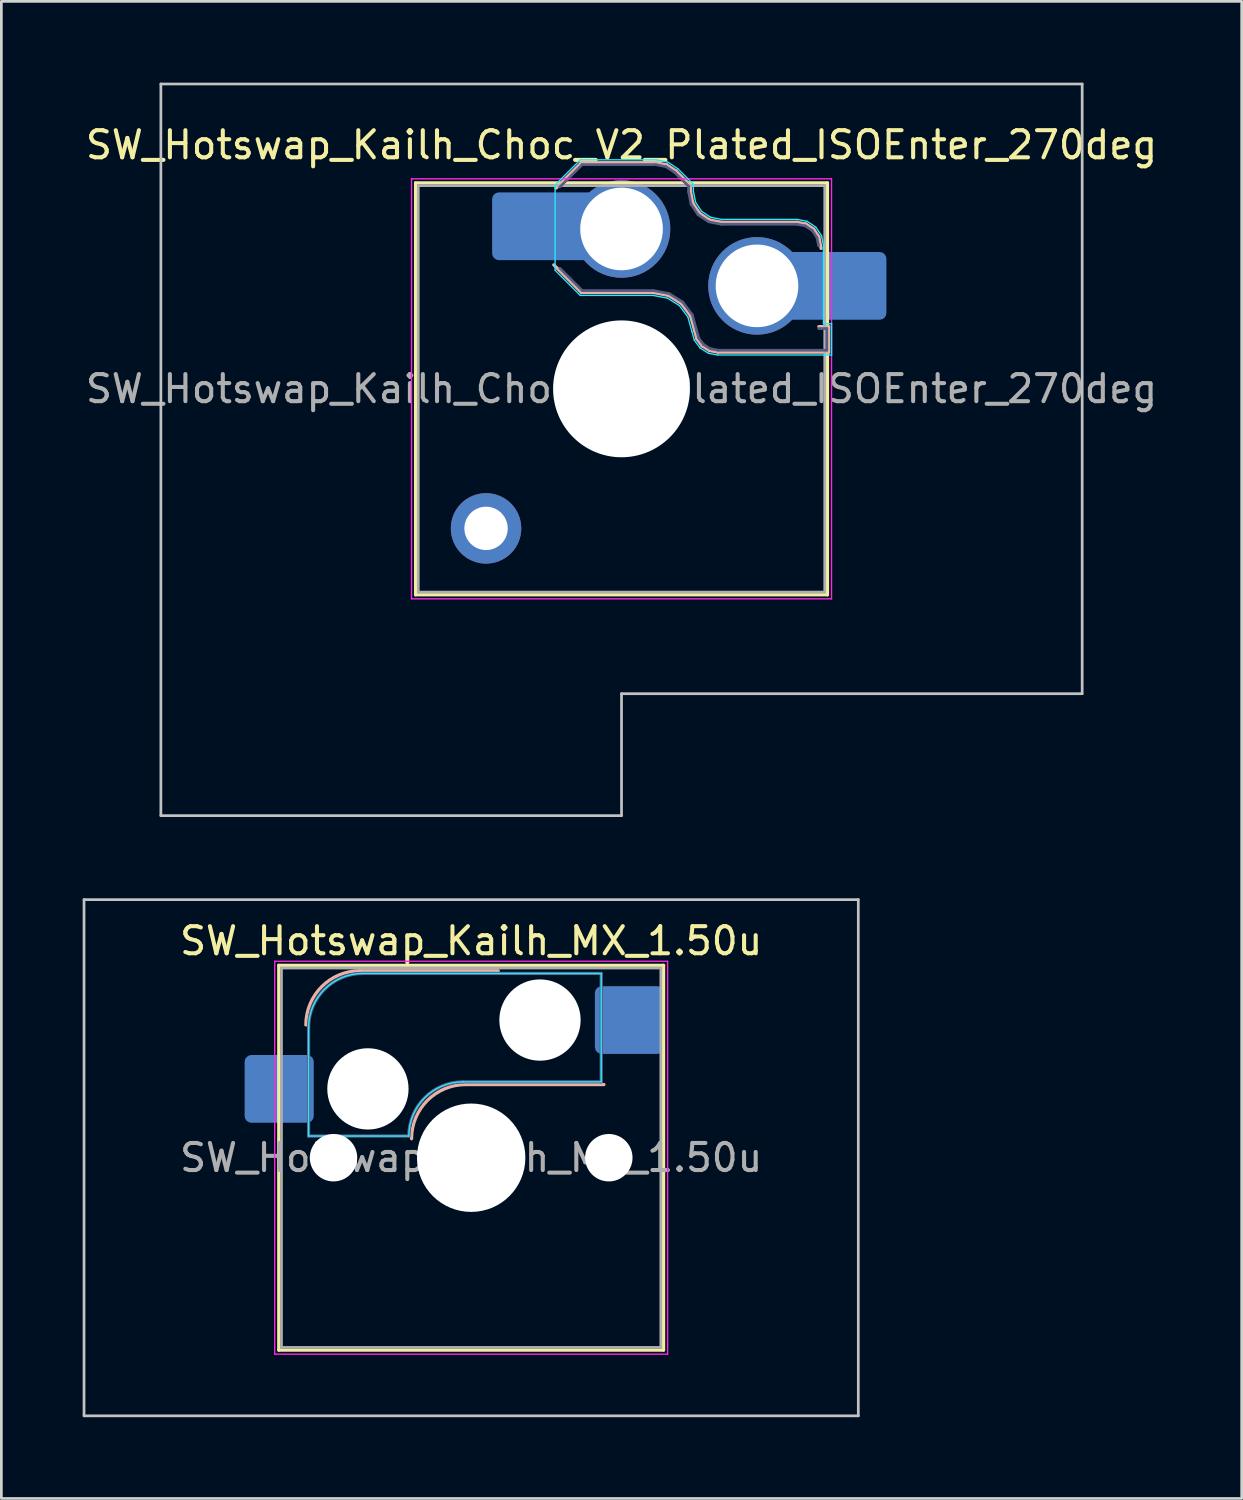
<source format=kicad_pcb>
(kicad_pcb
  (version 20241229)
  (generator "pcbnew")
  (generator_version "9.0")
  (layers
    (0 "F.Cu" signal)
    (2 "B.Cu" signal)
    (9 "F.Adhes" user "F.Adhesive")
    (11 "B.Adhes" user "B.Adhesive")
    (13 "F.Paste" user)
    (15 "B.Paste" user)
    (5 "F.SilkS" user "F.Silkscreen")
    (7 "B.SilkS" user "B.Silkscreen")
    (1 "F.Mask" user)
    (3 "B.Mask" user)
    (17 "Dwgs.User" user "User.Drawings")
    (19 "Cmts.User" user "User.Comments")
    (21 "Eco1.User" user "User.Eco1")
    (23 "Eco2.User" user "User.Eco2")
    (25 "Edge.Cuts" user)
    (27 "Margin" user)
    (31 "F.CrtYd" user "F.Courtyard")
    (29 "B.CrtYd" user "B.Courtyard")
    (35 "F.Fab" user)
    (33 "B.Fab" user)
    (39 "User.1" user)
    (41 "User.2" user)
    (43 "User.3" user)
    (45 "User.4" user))
  (footprint "SW_Hotswap_Kailh_Choc_V2_Plated_ISOEnter_270deg"
    (layer "F.Cu")
    (at 19.887 11.3)
    (property "Reference" "SW_Hotswap_Kailh_Choc_V2_Plated_ISOEnter_270deg" (at 0 -9 0) (layer "F.SilkS") (effects (font (size 1 1) (thickness 0.15))))
    (attr smd)
    (fp_line (start -7.6 -7.6) (end -7.6 7.6) (stroke (width 0.12) (type solid)) (layer "F.SilkS"))
    (fp_line (start -7.6 7.6) (end 7.6 7.6) (stroke (width 0.12) (type solid)) (layer "F.SilkS"))
    (fp_line (start 7.6 -7.6) (end -7.6 -7.6) (stroke (width 0.12) (type solid)) (layer "F.SilkS"))
    (fp_line (start 7.6 7.6) (end 7.6 -7.6) (stroke (width 0.12) (type solid)) (layer "F.SilkS"))
    (fp_line (start -2.416 -7.409) (end -1.479 -8.346) (stroke (width 0.12) (type solid)) (layer "B.SilkS"))
    (fp_line (start -1.479 -8.346) (end 1.268 -8.346) (stroke (width 0.12) (type solid)) (layer "B.SilkS"))
    (fp_line (start -1.479 -3.554) (end -2.5 -4.575) (stroke (width 0.12) (type solid)) (layer "B.SilkS"))
    (fp_line (start 1.168 -3.554) (end -1.479 -3.554) (stroke (width 0.12) (type solid)) (layer "B.SilkS"))
    (fp_line (start 1.268 -8.346) (end 1.671 -8.266) (stroke (width 0.12) (type solid)) (layer "B.SilkS"))
    (fp_line (start 1.671 -8.266) (end 2.013 -8.037) (stroke (width 0.12) (type solid)) (layer "B.SilkS"))
    (fp_line (start 1.73 -3.449) (end 1.168 -3.554) (stroke (width 0.12) (type solid)) (layer "B.SilkS"))
    (fp_line (start 2.013 -8.037) (end 2.546 -7.504) (stroke (width 0.12) (type solid)) (layer "B.SilkS"))
    (fp_line (start 2.209 -3.15) (end 1.73 -3.449) (stroke (width 0.12) (type solid)) (layer "B.SilkS"))
    (fp_line (start 2.546 -7.504) (end 2.546 -7.282) (stroke (width 0.12) (type solid)) (layer "B.SilkS"))
    (fp_line (start 2.546 -7.282) (end 2.633 -6.844) (stroke (width 0.12) (type solid)) (layer "B.SilkS"))
    (fp_line (start 2.547 -2.697) (end 2.209 -3.15) (stroke (width 0.12) (type solid)) (layer "B.SilkS"))
    (fp_line (start 2.633 -6.844) (end 2.877 -6.477) (stroke (width 0.12) (type solid)) (layer "B.SilkS"))
    (fp_line (start 2.701 -2.139) (end 2.547 -2.697) (stroke (width 0.12) (type solid)) (layer "B.SilkS"))
    (fp_line (start 2.783 -1.841) (end 2.701 -2.139) (stroke (width 0.12) (type solid)) (layer "B.SilkS"))
    (fp_line (start 2.877 -6.477) (end 3.244 -6.233) (stroke (width 0.12) (type solid)) (layer "B.SilkS"))
    (fp_line (start 2.976 -1.583) (end 2.783 -1.841) (stroke (width 0.12) (type solid)) (layer "B.SilkS"))
    (fp_line (start 3.244 -6.233) (end 3.682 -6.146) (stroke (width 0.12) (type solid)) (layer "B.SilkS"))
    (fp_line (start 3.25 -1.413) (end 2.976 -1.583) (stroke (width 0.12) (type solid)) (layer "B.SilkS"))
    (fp_line (start 3.56 -1.354) (end 3.25 -1.413) (stroke (width 0.12) (type solid)) (layer "B.SilkS"))
    (fp_line (start 3.682 -6.146) (end 6.482 -6.146) (stroke (width 0.12) (type solid)) (layer "B.SilkS"))
    (fp_line (start 6.482 -6.146) (end 6.809 -6.081) (stroke (width 0.12) (type solid)) (layer "B.SilkS"))
    (fp_line (start 6.809 -6.081) (end 7.092 -5.892) (stroke (width 0.12) (type solid)) (layer "B.SilkS"))
    (fp_line (start 7.092 -5.892) (end 7.281 -5.609) (stroke (width 0.12) (type solid)) (layer "B.SilkS"))
    (fp_line (start 7.281 -5.609) (end 7.366 -5.182) (stroke (width 0.12) (type solid)) (layer "B.SilkS"))
    (fp_line (start 7.283 -2.296) (end 7.646 -2.296) (stroke (width 0.12) (type solid)) (layer "B.SilkS"))
    (fp_line (start 7.646 -2.296) (end 7.646 -1.354) (stroke (width 0.12) (type solid)) (layer "B.SilkS"))
    (fp_line (start 7.646 -1.354) (end 3.56 -1.354) (stroke (width 0.12) (type solid)) (layer "B.SilkS"))
    (fp_line (start -17 -11.25) (end -17 15.75) (stroke (width 0.1) (type solid)) (layer "Dwgs.User"))
    (fp_line (start -17 15.75) (end 0 15.75) (stroke (width 0.1) (type solid)) (layer "Dwgs.User"))
    (fp_line (start 0 11.25) (end 17 11.25) (stroke (width 0.1) (type solid)) (layer "Dwgs.User"))
    (fp_line (start 0 15.75) (end 0 11.25) (stroke (width 0.1) (type solid)) (layer "Dwgs.User"))
    (fp_line (start 17 -11.25) (end -17 -11.25) (stroke (width 0.1) (type solid)) (layer "Dwgs.User"))
    (fp_line (start 17 11.25) (end 17 -11.25) (stroke (width 0.1) (type solid)) (layer "Dwgs.User"))
    (fp_line (start -7.25 -7.25) (end -7.25 7.25) (stroke (width 0.1) (type solid)) (layer "Eco1.User"))
    (fp_line (start -7.25 7.25) (end 7.25 7.25) (stroke (width 0.1) (type solid)) (layer "Eco1.User"))
    (fp_line (start 7.25 -7.25) (end -7.25 -7.25) (stroke (width 0.1) (type solid)) (layer "Eco1.User"))
    (fp_line (start 7.25 7.25) (end 7.25 -7.25) (stroke (width 0.1) (type solid)) (layer "Eco1.User"))
    (fp_line (start -2.452 -7.523) (end -1.523 -8.452) (stroke (width 0.05) (type solid)) (layer "B.CrtYd"))
    (fp_line (start -2.452 -4.377) (end -2.452 -7.523) (stroke (width 0.05) (type solid)) (layer "B.CrtYd"))
    (fp_line (start -1.523 -8.452) (end 1.278 -8.452) (stroke (width 0.05) (type solid)) (layer "B.CrtYd"))
    (fp_line (start -1.523 -3.448) (end -2.452 -4.377) (stroke (width 0.05) (type solid)) (layer "B.CrtYd"))
    (fp_line (start 1.159 -3.448) (end -1.523 -3.448) (stroke (width 0.05) (type solid)) (layer "B.CrtYd"))
    (fp_line (start 1.278 -8.452) (end 1.712 -8.366) (stroke (width 0.05) (type solid)) (layer "B.CrtYd"))
    (fp_line (start 1.691 -3.348) (end 1.159 -3.448) (stroke (width 0.05) (type solid)) (layer "B.CrtYd"))
    (fp_line (start 1.712 -8.366) (end 2.081 -8.119) (stroke (width 0.05) (type solid)) (layer "B.CrtYd"))
    (fp_line (start 2.081 -8.119) (end 2.652 -7.548) (stroke (width 0.05) (type solid)) (layer "B.CrtYd"))
    (fp_line (start 2.136 -3.071) (end 1.691 -3.348) (stroke (width 0.05) (type solid)) (layer "B.CrtYd"))
    (fp_line (start 2.45 -2.65) (end 2.136 -3.071) (stroke (width 0.05) (type solid)) (layer "B.CrtYd"))
    (fp_line (start 2.599 -2.111) (end 2.45 -2.65) (stroke (width 0.05) (type solid)) (layer "B.CrtYd"))
    (fp_line (start 2.652 -7.548) (end 2.652 -7.292) (stroke (width 0.05) (type solid)) (layer "B.CrtYd"))
    (fp_line (start 2.652 -7.292) (end 2.733 -6.885) (stroke (width 0.05) (type solid)) (layer "B.CrtYd"))
    (fp_line (start 2.687 -1.794) (end 2.599 -2.111) (stroke (width 0.05) (type solid)) (layer "B.CrtYd"))
    (fp_line (start 2.733 -6.885) (end 2.953 -6.553) (stroke (width 0.05) (type solid)) (layer "B.CrtYd"))
    (fp_line (start 2.903 -1.503) (end 2.687 -1.794) (stroke (width 0.05) (type solid)) (layer "B.CrtYd"))
    (fp_line (start 2.953 -6.553) (end 3.285 -6.333) (stroke (width 0.05) (type solid)) (layer "B.CrtYd"))
    (fp_line (start 3.211 -1.312) (end 2.903 -1.503) (stroke (width 0.05) (type solid)) (layer "B.CrtYd"))
    (fp_line (start 3.285 -6.333) (end 3.692 -6.252) (stroke (width 0.05) (type solid)) (layer "B.CrtYd"))
    (fp_line (start 3.55 -1.248) (end 3.211 -1.312) (stroke (width 0.05) (type solid)) (layer "B.CrtYd"))
    (fp_line (start 3.692 -6.252) (end 6.492 -6.252) (stroke (width 0.05) (type solid)) (layer "B.CrtYd"))
    (fp_line (start 6.492 -6.252) (end 6.85 -6.181) (stroke (width 0.05) (type solid)) (layer "B.CrtYd"))
    (fp_line (start 6.85 -6.181) (end 7.168 -5.968) (stroke (width 0.05) (type solid)) (layer "B.CrtYd"))
    (fp_line (start 7.168 -5.968) (end 7.381 -5.65) (stroke (width 0.05) (type solid)) (layer "B.CrtYd"))
    (fp_line (start 7.381 -5.65) (end 7.452 -5.292) (stroke (width 0.05) (type solid)) (layer "B.CrtYd"))
    (fp_line (start 7.452 -5.292) (end 7.452 -2.402) (stroke (width 0.05) (type solid)) (layer "B.CrtYd"))
    (fp_line (start 7.452 -2.402) (end 7.752 -2.402) (stroke (width 0.05) (type solid)) (layer "B.CrtYd"))
    (fp_line (start 7.752 -2.402) (end 7.752 -1.248) (stroke (width 0.05) (type solid)) (layer "B.CrtYd"))
    (fp_line (start 7.752 -1.248) (end 3.55 -1.248) (stroke (width 0.05) (type solid)) (layer "B.CrtYd"))
    (fp_line (start -7.75 -7.75) (end -7.75 7.75) (stroke (width 0.05) (type solid)) (layer "F.CrtYd"))
    (fp_line (start -7.75 7.75) (end 7.75 7.75) (stroke (width 0.05) (type solid)) (layer "F.CrtYd"))
    (fp_line (start 7.75 -7.75) (end -7.75 -7.75) (stroke (width 0.05) (type solid)) (layer "F.CrtYd"))
    (fp_line (start 7.75 7.75) (end 7.75 -7.75) (stroke (width 0.05) (type solid)) (layer "F.CrtYd"))
    (fp_line (start -2.275 -7.45) (end -1.45 -8.275) (stroke (width 0.1) (type solid)) (layer "B.Fab"))
    (fp_line (start -1.45 -8.275) (end 1.261 -8.275) (stroke (width 0.1) (type solid)) (layer "B.Fab"))
    (fp_line (start -1.45 -3.625) (end -2.275 -4.45) (stroke (width 0.1) (type solid)) (layer "B.Fab"))
    (fp_line (start 1.175 -3.625) (end -1.45 -3.625) (stroke (width 0.1) (type solid)) (layer "B.Fab"))
    (fp_line (start 1.261 -8.275) (end 1.643 -8.199) (stroke (width 0.1) (type solid)) (layer "B.Fab"))
    (fp_line (start 1.643 -8.199) (end 1.968 -7.982) (stroke (width 0.1) (type solid)) (layer "B.Fab"))
    (fp_line (start 1.756 -3.516) (end 1.175 -3.625) (stroke (width 0.1) (type solid)) (layer "B.Fab"))
    (fp_line (start 1.968 -7.982) (end 2.475 -7.475) (stroke (width 0.1) (type solid)) (layer "B.Fab"))
    (fp_line (start 2.258 -3.203) (end 1.756 -3.516) (stroke (width 0.1) (type solid)) (layer "B.Fab"))
    (fp_line (start 2.475 -7.475) (end 2.475 -7.275) (stroke (width 0.1) (type solid)) (layer "B.Fab"))
    (fp_line (start 2.475 -7.275) (end 2.566 -6.816) (stroke (width 0.1) (type solid)) (layer "B.Fab"))
    (fp_line (start 2.566 -6.816) (end 2.826 -6.426) (stroke (width 0.1) (type solid)) (layer "B.Fab"))
    (fp_line (start 2.612 -2.729) (end 2.258 -3.203) (stroke (width 0.1) (type solid)) (layer "B.Fab"))
    (fp_line (start 2.769 -2.158) (end 2.612 -2.729) (stroke (width 0.1) (type solid)) (layer "B.Fab"))
    (fp_line (start 2.826 -6.426) (end 3.216 -6.166) (stroke (width 0.1) (type solid)) (layer "B.Fab"))
    (fp_line (start 2.848 -1.873) (end 2.769 -2.158) (stroke (width 0.1) (type solid)) (layer "B.Fab"))
    (fp_line (start 3.025 -1.636) (end 2.848 -1.873) (stroke (width 0.1) (type solid)) (layer "B.Fab"))
    (fp_line (start 3.216 -6.166) (end 3.675 -6.075) (stroke (width 0.1) (type solid)) (layer "B.Fab"))
    (fp_line (start 3.276 -1.48) (end 3.025 -1.636) (stroke (width 0.1) (type solid)) (layer "B.Fab"))
    (fp_line (start 3.567 -1.425) (end 3.276 -1.48) (stroke (width 0.1) (type solid)) (layer "B.Fab"))
    (fp_line (start 3.675 -6.075) (end 6.475 -6.075) (stroke (width 0.1) (type solid)) (layer "B.Fab"))
    (fp_line (start 6.475 -6.075) (end 6.781 -6.014) (stroke (width 0.1) (type solid)) (layer "B.Fab"))
    (fp_line (start 6.781 -6.014) (end 7.041 -5.841) (stroke (width 0.1) (type solid)) (layer "B.Fab"))
    (fp_line (start 7.041 -5.841) (end 7.214 -5.581) (stroke (width 0.1) (type solid)) (layer "B.Fab"))
    (fp_line (start 7.214 -5.581) (end 7.275 -5.275) (stroke (width 0.1) (type solid)) (layer "B.Fab"))
    (fp_line (start 7.275 -2.225) (end 7.575 -2.225) (stroke (width 0.1) (type solid)) (layer "B.Fab"))
    (fp_line (start 7.575 -2.225) (end 7.575 -1.425) (stroke (width 0.1) (type solid)) (layer "B.Fab"))
    (fp_line (start 7.575 -1.425) (end 3.567 -1.425) (stroke (width 0.1) (type solid)) (layer "B.Fab"))
    (fp_line (start -7.5 -7.5) (end -7.5 7.5) (stroke (width 0.1) (type solid)) (layer "F.Fab"))
    (fp_line (start -7.5 7.5) (end 7.5 7.5) (stroke (width 0.1) (type solid)) (layer "F.Fab"))
    (fp_line (start 7.5 -7.5) (end -7.5 -7.5) (stroke (width 0.1) (type solid)) (layer "F.Fab"))
    (fp_line (start 7.5 7.5) (end 7.5 -7.5) (stroke (width 0.1) (type solid)) (layer "F.Fab"))
    (fp_text user "${REFERENCE}" (at 0 0 0) (layer "F.Fab") (effects (font (size 1 1) (thickness 0.15))))
    (pad "" thru_hole circle (at -5 5.15) (size 2.6 2.6) (drill 1.6) (layers "*.Cu" "*.Mask"))
    (pad "" smd roundrect (at -3.5 -6) (size 2.55 2.5) (layers "B.Mask" "B.Paste") (roundrect_rratio 0.1))
    (pad "" np_thru_hole circle (at 0 0) (size 5.05 5.05) (drill 5.05) (layers "*.Cu" "*.Mask"))
    (pad "" smd roundrect (at 8.5 -3.8) (size 2.55 2.5) (layers "B.Mask" "B.Paste") (roundrect_rratio 0.1))
    (pad "1" smd roundrect (at -2.85 -6) (size 3.85 2.5) (layers "B.Cu") (roundrect_rratio 0.1))
    (pad "1" thru_hole circle (at 0 -5.9) (size 3.6 3.6) (drill 3.05) (layers "*.Cu" "*.Mask"))
    (pad "2" thru_hole circle (at 5 -3.8) (size 3.6 3.6) (drill 3.05) (layers "*.Cu" "*.Mask"))
    (pad "2" smd roundrect (at 7.85 -3.8) (size 3.85 2.5) (layers "B.Cu") (roundrect_rratio 0.1)))
  (footprint "SW_Hotswap_Kailh_MX_1.50u"
    (layer "F.Cu")
    (at 14.338 39.675)
    (property "Reference" "SW_Hotswap_Kailh_MX_1.50u" (at 0 -8 0) (layer "F.SilkS") (effects (font (size 1 1) (thickness 0.15))))
    (attr smd)
    (fp_line (start -7.1 -7.1) (end -7.1 7.1) (stroke (width 0.12) (type solid)) (layer "F.SilkS"))
    (fp_line (start -7.1 7.1) (end 7.1 7.1) (stroke (width 0.12) (type solid)) (layer "F.SilkS"))
    (fp_line (start 7.1 -7.1) (end -7.1 -7.1) (stroke (width 0.12) (type solid)) (layer "F.SilkS"))
    (fp_line (start 7.1 7.1) (end 7.1 -7.1) (stroke (width 0.12) (type solid)) (layer "F.SilkS"))
    (fp_line (start -4.1 -6.9) (end 1 -6.9) (stroke (width 0.12) (type solid)) (layer "B.SilkS"))
    (fp_line (start -0.2 -2.7) (end 4.9 -2.7) (stroke (width 0.12) (type solid)) (layer "B.SilkS"))
    (fp_arc (start -6.1 -4.9) (mid -5.514214 -6.314214) (end -4.1 -6.9) (stroke (width 0.12) (type solid)) (layer "B.SilkS"))
    (fp_arc (start -2.2 -0.7) (mid -1.614214 -2.114214) (end -0.2 -2.7) (stroke (width 0.12) (type solid)) (layer "B.SilkS"))
    (fp_line (start -14.287 -9.525) (end -14.287 9.525) (stroke (width 0.1) (type solid)) (layer "Dwgs.User"))
    (fp_line (start -14.287 9.525) (end 14.287 9.525) (stroke (width 0.1) (type solid)) (layer "Dwgs.User"))
    (fp_line (start 14.287 -9.525) (end -14.287 -9.525) (stroke (width 0.1) (type solid)) (layer "Dwgs.User"))
    (fp_line (start 14.287 9.525) (end 14.287 -9.525) (stroke (width 0.1) (type solid)) (layer "Dwgs.User"))
    (fp_line (start -7.8 -6) (end -7 -6) (stroke (width 0.1) (type solid)) (layer "Eco1.User"))
    (fp_line (start -7.8 -2.9) (end -7.8 -6) (stroke (width 0.1) (type solid)) (layer "Eco1.User"))
    (fp_line (start -7.8 2.9) (end -7 2.9) (stroke (width 0.1) (type solid)) (layer "Eco1.User"))
    (fp_line (start -7.8 6) (end -7.8 2.9) (stroke (width 0.1) (type solid)) (layer "Eco1.User"))
    (fp_line (start -7 -7) (end 7 -7) (stroke (width 0.1) (type solid)) (layer "Eco1.User"))
    (fp_line (start -7 -6) (end -7 -7) (stroke (width 0.1) (type solid)) (layer "Eco1.User"))
    (fp_line (start -7 -2.9) (end -7.8 -2.9) (stroke (width 0.1) (type solid)) (layer "Eco1.User"))
    (fp_line (start -7 2.9) (end -7 -2.9) (stroke (width 0.1) (type solid)) (layer "Eco1.User"))
    (fp_line (start -7 6) (end -7.8 6) (stroke (width 0.1) (type solid)) (layer "Eco1.User"))
    (fp_line (start -7 7) (end -7 6) (stroke (width 0.1) (type solid)) (layer "Eco1.User"))
    (fp_line (start 7 -7) (end 7 -6) (stroke (width 0.1) (type solid)) (layer "Eco1.User"))
    (fp_line (start 7 -6) (end 7.8 -6) (stroke (width 0.1) (type solid)) (layer "Eco1.User"))
    (fp_line (start 7 -2.9) (end 7 2.9) (stroke (width 0.1) (type solid)) (layer "Eco1.User"))
    (fp_line (start 7 2.9) (end 7.8 2.9) (stroke (width 0.1) (type solid)) (layer "Eco1.User"))
    (fp_line (start 7 6) (end 7 7) (stroke (width 0.1) (type solid)) (layer "Eco1.User"))
    (fp_line (start 7 7) (end -7 7) (stroke (width 0.1) (type solid)) (layer "Eco1.User"))
    (fp_line (start 7.8 -6) (end 7.8 -2.9) (stroke (width 0.1) (type solid)) (layer "Eco1.User"))
    (fp_line (start 7.8 -2.9) (end 7 -2.9) (stroke (width 0.1) (type solid)) (layer "Eco1.User"))
    (fp_line (start 7.8 2.9) (end 7.8 6) (stroke (width 0.1) (type solid)) (layer "Eco1.User"))
    (fp_line (start 7.8 6) (end 7 6) (stroke (width 0.1) (type solid)) (layer "Eco1.User"))
    (fp_line (start -6 -0.8) (end -6 -4.8) (stroke (width 0.05) (type solid)) (layer "B.CrtYd"))
    (fp_line (start -6 -0.8) (end -2.3 -0.8) (stroke (width 0.05) (type solid)) (layer "B.CrtYd"))
    (fp_line (start -4 -6.8) (end 4.8 -6.8) (stroke (width 0.05) (type solid)) (layer "B.CrtYd"))
    (fp_line (start -0.3 -2.8) (end 4.8 -2.8) (stroke (width 0.05) (type solid)) (layer "B.CrtYd"))
    (fp_line (start 4.8 -6.8) (end 4.8 -2.8) (stroke (width 0.05) (type solid)) (layer "B.CrtYd"))
    (fp_arc (start -6 -4.8) (mid -5.414214 -6.214214) (end -4 -6.8) (stroke (width 0.05) (type solid)) (layer "B.CrtYd"))
    (fp_arc (start -2.3 -0.8) (mid -1.714214 -2.214214) (end -0.3 -2.8) (stroke (width 0.05) (type solid)) (layer "B.CrtYd"))
    (fp_line (start -7.25 -7.25) (end -7.25 7.25) (stroke (width 0.05) (type solid)) (layer "F.CrtYd"))
    (fp_line (start -7.25 7.25) (end 7.25 7.25) (stroke (width 0.05) (type solid)) (layer "F.CrtYd"))
    (fp_line (start 7.25 -7.25) (end -7.25 -7.25) (stroke (width 0.05) (type solid)) (layer "F.CrtYd"))
    (fp_line (start 7.25 7.25) (end 7.25 -7.25) (stroke (width 0.05) (type solid)) (layer "F.CrtYd"))
    (fp_line (start -6 -0.8) (end -6 -4.8) (stroke (width 0.12) (type solid)) (layer "B.Fab"))
    (fp_line (start -6 -0.8) (end -2.3 -0.8) (stroke (width 0.12) (type solid)) (layer "B.Fab"))
    (fp_line (start -4 -6.8) (end 4.8 -6.8) (stroke (width 0.12) (type solid)) (layer "B.Fab"))
    (fp_line (start -0.3 -2.8) (end 4.8 -2.8) (stroke (width 0.12) (type solid)) (layer "B.Fab"))
    (fp_line (start 4.8 -6.8) (end 4.8 -2.8) (stroke (width 0.12) (type solid)) (layer "B.Fab"))
    (fp_arc (start -6 -4.8) (mid -5.414214 -6.214214) (end -4 -6.8) (stroke (width 0.12) (type solid)) (layer "B.Fab"))
    (fp_arc (start -2.3 -0.8) (mid -1.714214 -2.214214) (end -0.3 -2.8) (stroke (width 0.12) (type solid)) (layer "B.Fab"))
    (fp_line (start -7 -7) (end -7 7) (stroke (width 0.1) (type solid)) (layer "F.Fab"))
    (fp_line (start -7 7) (end 7 7) (stroke (width 0.1) (type solid)) (layer "F.Fab"))
    (fp_line (start 7 -7) (end -7 -7) (stroke (width 0.1) (type solid)) (layer "F.Fab"))
    (fp_line (start 7 7) (end 7 -7) (stroke (width 0.1) (type solid)) (layer "F.Fab"))
    (fp_text user "${REFERENCE}" (at 0 0 0) (layer "F.Fab") (effects (font (size 1 1) (thickness 0.15))))
    (pad "" np_thru_hole circle (at -5.08 0) (size 1.75 1.75) (drill 1.75) (layers "*.Cu" "*.Mask"))
    (pad "" np_thru_hole circle (at -3.81 -2.54) (size 3 3) (drill 3) (layers "*.Cu" "*.Mask"))
    (pad "" np_thru_hole circle (at 0 0) (size 4 4) (drill 4) (layers "*.Cu" "*.Mask"))
    (pad "" np_thru_hole circle (at 2.54 -5.08) (size 3 3) (drill 3) (layers "*.Cu" "*.Mask"))
    (pad "" np_thru_hole circle (at 5.08 0) (size 1.75 1.75) (drill 1.75) (layers "*.Cu" "*.Mask"))
    (pad "1" smd roundrect (at -7.085 -2.54) (size 2.55 2.5) (layers "B.Cu" "B.Mask" "B.Paste") (roundrect_rratio 0.1))
    (pad "2" smd roundrect (at 5.842 -5.08) (size 2.55 2.5) (layers "B.Cu" "B.Mask" "B.Paste") (roundrect_rratio 0.1)))
  (gr_rect
    (start -3 -3)
    (end 42.774 52.25)
    (stroke (width 0.1) (type default))
    (fill no)
    (layer "Edge.Cuts")))
</source>
